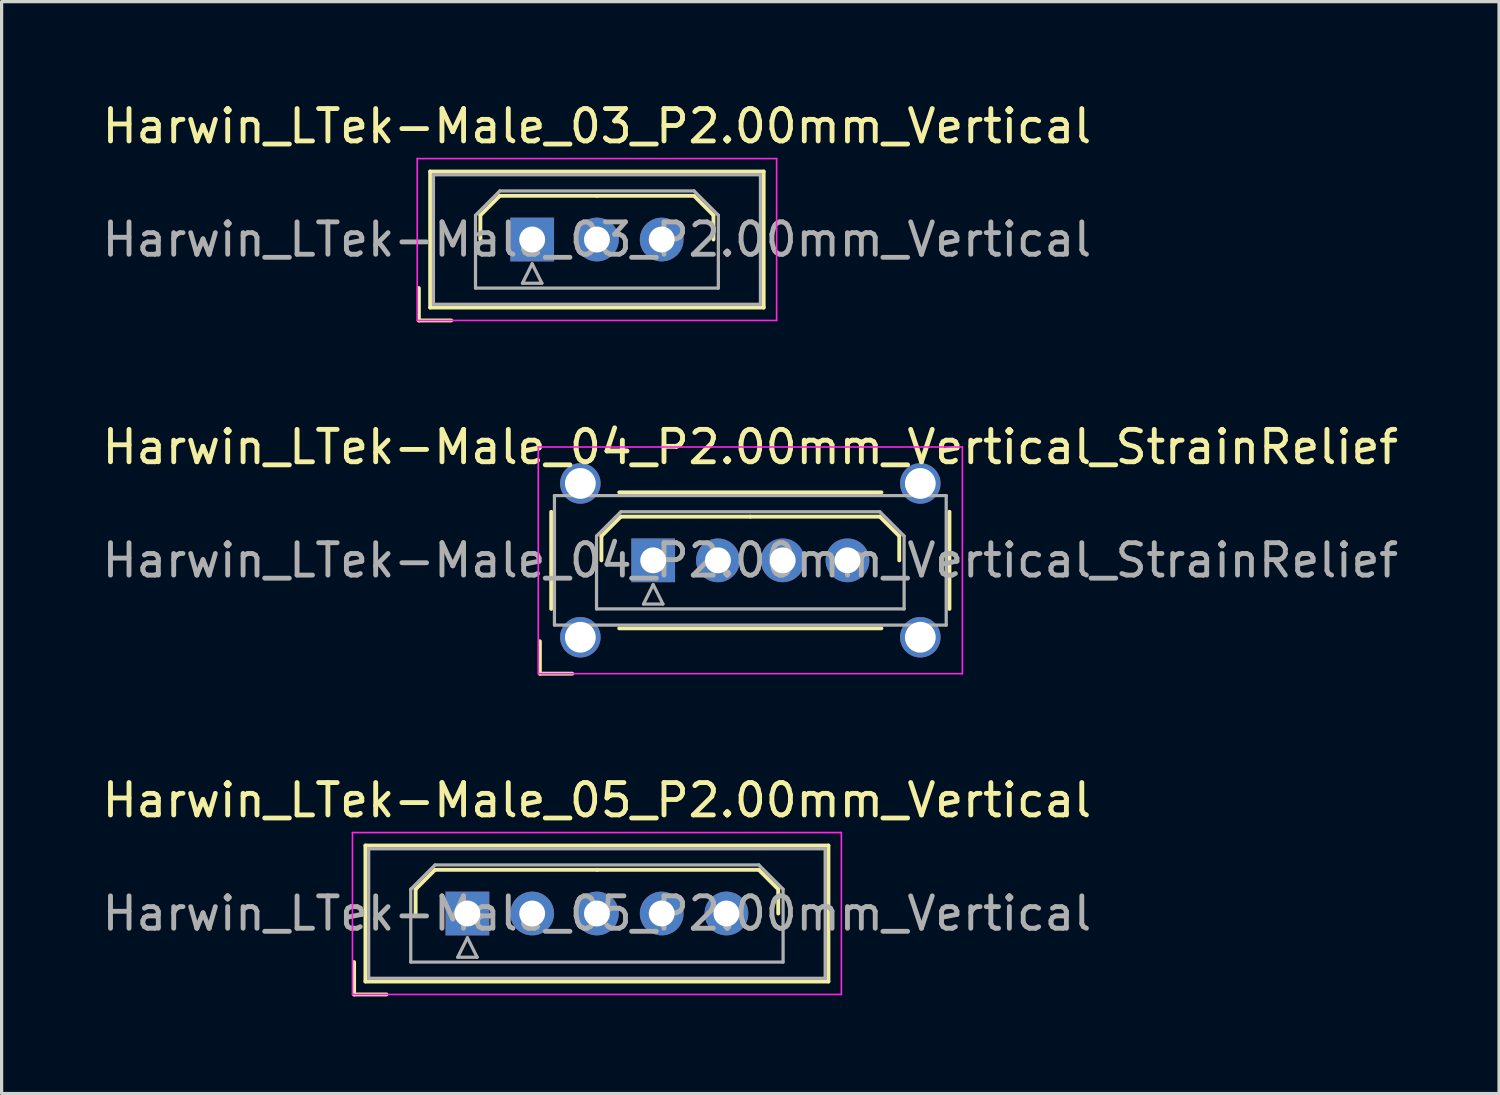
<source format=kicad_pcb>
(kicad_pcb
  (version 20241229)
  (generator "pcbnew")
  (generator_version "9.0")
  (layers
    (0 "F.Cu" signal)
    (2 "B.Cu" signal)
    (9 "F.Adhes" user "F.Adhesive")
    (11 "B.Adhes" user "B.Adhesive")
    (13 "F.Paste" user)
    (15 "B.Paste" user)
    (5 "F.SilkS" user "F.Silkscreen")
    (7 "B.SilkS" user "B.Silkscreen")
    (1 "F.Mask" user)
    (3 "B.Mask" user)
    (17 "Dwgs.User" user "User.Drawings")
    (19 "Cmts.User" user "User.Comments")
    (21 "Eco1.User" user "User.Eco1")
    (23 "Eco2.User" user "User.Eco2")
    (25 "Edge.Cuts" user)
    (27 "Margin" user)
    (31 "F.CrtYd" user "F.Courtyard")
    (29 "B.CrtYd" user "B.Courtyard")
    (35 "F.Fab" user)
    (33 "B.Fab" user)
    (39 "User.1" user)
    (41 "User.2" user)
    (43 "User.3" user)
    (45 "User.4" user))
  (footprint "Harwin_LTek-Male_04_P2.00mm_Vertical_StrainRelief"
    (layer "F.Cu")
    (at 17.125 14.257)
    (property "Reference" "Harwin_LTek-Male_04_P2.00mm_Vertical_StrainRelief" (at 3 -3.5 0) (layer "F.SilkS") (effects (font (size 1 1) (thickness 0.15))))
    (attr through_hole)
    (fp_line (start -3.5 2.5) (end -3.5 3.5) (stroke (width 0.12) (type solid)) (layer "F.SilkS"))
    (fp_line (start -3.5 3.5) (end -2.5 3.5) (stroke (width 0.12) (type solid)) (layer "F.SilkS"))
    (fp_line (start -3.15 -1.5) (end -3.15 1.5) (stroke (width 0.12) (type solid)) (layer "F.SilkS"))
    (fp_line (start -1.6 -0.75) (end -1 -1.35) (stroke (width 0.12) (type solid)) (layer "F.SilkS"))
    (fp_line (start -1.6 0) (end -1.6 -0.75) (stroke (width 0.12) (type solid)) (layer "F.SilkS"))
    (fp_line (start -1.05 -2.1) (end 7.05 -2.1) (stroke (width 0.12) (type solid)) (layer "F.SilkS"))
    (fp_line (start -1.05 2.1) (end 7.05 2.1) (stroke (width 0.12) (type solid)) (layer "F.SilkS"))
    (fp_line (start -1 -1.35) (end 3 -1.35) (stroke (width 0.12) (type solid)) (layer "F.SilkS"))
    (fp_line (start 7 -1.35) (end 3 -1.35) (stroke (width 0.12) (type solid)) (layer "F.SilkS"))
    (fp_line (start 7.6 -0.75) (end 7 -1.35) (stroke (width 0.12) (type solid)) (layer "F.SilkS"))
    (fp_line (start 7.6 0) (end 7.6 -0.75) (stroke (width 0.12) (type solid)) (layer "F.SilkS"))
    (fp_line (start 9.15 -1.5) (end 9.15 1.5) (stroke (width 0.12) (type solid)) (layer "F.SilkS"))
    (fp_line (start -3.55 -3.5) (end -3.55 3.5) (stroke (width 0.05) (type solid)) (layer "F.CrtYd"))
    (fp_line (start -3.55 3.5) (end 9.55 3.5) (stroke (width 0.05) (type solid)) (layer "F.CrtYd"))
    (fp_line (start 9.55 -3.5) (end -3.55 -3.5) (stroke (width 0.05) (type solid)) (layer "F.CrtYd"))
    (fp_line (start 9.55 3.5) (end 9.55 -3.5) (stroke (width 0.05) (type solid)) (layer "F.CrtYd"))
    (fp_line (start -3.05 -2) (end -3.05 2) (stroke (width 0.1) (type solid)) (layer "F.Fab"))
    (fp_line (start -3.05 2) (end 9.05 2) (stroke (width 0.1) (type solid)) (layer "F.Fab"))
    (fp_line (start -1.75 -0.75) (end -1 -1.5) (stroke (width 0.1) (type solid)) (layer "F.Fab"))
    (fp_line (start -1.75 1.5) (end -1.75 -0.75) (stroke (width 0.1) (type solid)) (layer "F.Fab"))
    (fp_line (start -1 -1.5) (end 7 -1.5) (stroke (width 0.1) (type solid)) (layer "F.Fab"))
    (fp_line (start -0.3 1.35) (end 0.3 1.35) (stroke (width 0.1) (type solid)) (layer "F.Fab"))
    (fp_line (start 0 0.75) (end -0.3 1.35) (stroke (width 0.1) (type solid)) (layer "F.Fab"))
    (fp_line (start 0.3 1.35) (end 0 0.75) (stroke (width 0.1) (type solid)) (layer "F.Fab"))
    (fp_line (start 7 -1.5) (end 7.75 -0.75) (stroke (width 0.1) (type solid)) (layer "F.Fab"))
    (fp_line (start 7.75 -0.75) (end 7.75 1.5) (stroke (width 0.1) (type solid)) (layer "F.Fab"))
    (fp_line (start 7.75 1.5) (end -1.75 1.5) (stroke (width 0.1) (type solid)) (layer "F.Fab"))
    (fp_line (start 9.05 -2) (end -3.05 -2) (stroke (width 0.1) (type solid)) (layer "F.Fab"))
    (fp_line (start 9.05 2) (end 9.05 -2) (stroke (width 0.1) (type solid)) (layer "F.Fab"))
    (fp_text user "${REFERENCE}" (at 3 0 0) (layer "F.Fab") (effects (font (size 1 1) (thickness 0.15))))
    (pad "" thru_hole circle (at -2.25 -2.375) (size 1.25 1.25) (drill 0.95) (layers "*.Cu" "*.Mask"))
    (pad "" thru_hole circle (at -2.25 2.375) (size 1.25 1.25) (drill 0.95) (layers "*.Cu" "*.Mask"))
    (pad "" thru_hole circle (at 8.25 -2.375) (size 1.25 1.25) (drill 0.95) (layers "*.Cu" "*.Mask"))
    (pad "" thru_hole circle (at 8.25 2.375) (size 1.25 1.25) (drill 0.95) (layers "*.Cu" "*.Mask"))
    (pad "1" thru_hole rect (at 0 0) (size 1.35 1.35) (drill 0.8) (layers "*.Cu" "*.Mask"))
    (pad "2" thru_hole circle (at 2 0) (size 1.35 1.35) (drill 0.8) (layers "*.Cu" "*.Mask"))
    (pad "3" thru_hole circle (at 4 0) (size 1.35 1.35) (drill 0.8) (layers "*.Cu" "*.Mask"))
    (pad "4" thru_hole circle (at 6 0) (size 1.35 1.35) (drill 0.8) (layers "*.Cu" "*.Mask")))
  (footprint "Harwin_LTek-Male_03_P2.00mm_Vertical"
    (layer "F.Cu")
    (at 13.387 4.348)
    (property "Reference" "Harwin_LTek-Male_03_P2.00mm_Vertical" (at 2 -3.5 0) (layer "F.SilkS") (effects (font (size 1 1) (thickness 0.15))))
    (attr through_hole)
    (fp_line (start -3.5 1.5) (end -3.5 2.5) (stroke (width 0.12) (type solid)) (layer "F.SilkS"))
    (fp_line (start -3.5 2.5) (end -2.5 2.5) (stroke (width 0.12) (type solid)) (layer "F.SilkS"))
    (fp_line (start -3.15 -2.1) (end -3.15 2.1) (stroke (width 0.12) (type solid)) (layer "F.SilkS"))
    (fp_line (start -3.15 2.1) (end 7.15 2.1) (stroke (width 0.12) (type solid)) (layer "F.SilkS"))
    (fp_line (start -1.6 -0.75) (end -1 -1.35) (stroke (width 0.12) (type solid)) (layer "F.SilkS"))
    (fp_line (start -1.6 0) (end -1.6 -0.75) (stroke (width 0.12) (type solid)) (layer "F.SilkS"))
    (fp_line (start -1 -1.35) (end 2 -1.35) (stroke (width 0.12) (type solid)) (layer "F.SilkS"))
    (fp_line (start 5 -1.35) (end 2 -1.35) (stroke (width 0.12) (type solid)) (layer "F.SilkS"))
    (fp_line (start 5.6 -0.75) (end 5 -1.35) (stroke (width 0.12) (type solid)) (layer "F.SilkS"))
    (fp_line (start 5.6 0) (end 5.6 -0.75) (stroke (width 0.12) (type solid)) (layer "F.SilkS"))
    (fp_line (start 7.15 -2.1) (end -3.15 -2.1) (stroke (width 0.12) (type solid)) (layer "F.SilkS"))
    (fp_line (start 7.15 2.1) (end 7.15 -2.1) (stroke (width 0.12) (type solid)) (layer "F.SilkS"))
    (fp_line (start -3.55 -2.5) (end -3.55 2.5) (stroke (width 0.05) (type solid)) (layer "F.CrtYd"))
    (fp_line (start -3.55 2.5) (end 7.55 2.5) (stroke (width 0.05) (type solid)) (layer "F.CrtYd"))
    (fp_line (start 7.55 -2.5) (end -3.55 -2.5) (stroke (width 0.05) (type solid)) (layer "F.CrtYd"))
    (fp_line (start 7.55 2.5) (end 7.55 -2.5) (stroke (width 0.05) (type solid)) (layer "F.CrtYd"))
    (fp_line (start -3.05 -2) (end -3.05 2) (stroke (width 0.1) (type solid)) (layer "F.Fab"))
    (fp_line (start -3.05 2) (end 7.05 2) (stroke (width 0.1) (type solid)) (layer "F.Fab"))
    (fp_line (start -1.75 -0.75) (end -1 -1.5) (stroke (width 0.1) (type solid)) (layer "F.Fab"))
    (fp_line (start -1.75 1.5) (end -1.75 -0.75) (stroke (width 0.1) (type solid)) (layer "F.Fab"))
    (fp_line (start -1 -1.5) (end 5 -1.5) (stroke (width 0.1) (type solid)) (layer "F.Fab"))
    (fp_line (start -0.3 1.35) (end 0.3 1.35) (stroke (width 0.1) (type solid)) (layer "F.Fab"))
    (fp_line (start 0 0.75) (end -0.3 1.35) (stroke (width 0.1) (type solid)) (layer "F.Fab"))
    (fp_line (start 0.3 1.35) (end 0 0.75) (stroke (width 0.1) (type solid)) (layer "F.Fab"))
    (fp_line (start 5 -1.5) (end 5.75 -0.75) (stroke (width 0.1) (type solid)) (layer "F.Fab"))
    (fp_line (start 5.75 -0.75) (end 5.75 1.5) (stroke (width 0.1) (type solid)) (layer "F.Fab"))
    (fp_line (start 5.75 1.5) (end -1.75 1.5) (stroke (width 0.1) (type solid)) (layer "F.Fab"))
    (fp_line (start 7.05 -2) (end -3.05 -2) (stroke (width 0.1) (type solid)) (layer "F.Fab"))
    (fp_line (start 7.05 2) (end 7.05 -2) (stroke (width 0.1) (type solid)) (layer "F.Fab"))
    (fp_text user "${REFERENCE}" (at 2 0 0) (layer "F.Fab") (effects (font (size 1 1) (thickness 0.15))))
    (pad "1" thru_hole rect (at 0 0) (size 1.35 1.35) (drill 0.8) (layers "*.Cu" "*.Mask"))
    (pad "2" thru_hole circle (at 2 0) (size 1.35 1.35) (drill 0.8) (layers "*.Cu" "*.Mask"))
    (pad "3" thru_hole circle (at 4 0) (size 1.35 1.35) (drill 0.8) (layers "*.Cu" "*.Mask")))
  (footprint "Harwin_LTek-Male_05_P2.00mm_Vertical"
    (layer "F.Cu")
    (at 11.387 25.165)
    (property "Reference" "Harwin_LTek-Male_05_P2.00mm_Vertical" (at 4 -3.5 0) (layer "F.SilkS") (effects (font (size 1 1) (thickness 0.15))))
    (attr through_hole)
    (fp_line (start -3.5 1.5) (end -3.5 2.5) (stroke (width 0.12) (type solid)) (layer "F.SilkS"))
    (fp_line (start -3.5 2.5) (end -2.5 2.5) (stroke (width 0.12) (type solid)) (layer "F.SilkS"))
    (fp_line (start -3.15 -2.1) (end -3.15 2.1) (stroke (width 0.12) (type solid)) (layer "F.SilkS"))
    (fp_line (start -3.15 2.1) (end 11.15 2.1) (stroke (width 0.12) (type solid)) (layer "F.SilkS"))
    (fp_line (start -1.6 -0.75) (end -1 -1.35) (stroke (width 0.12) (type solid)) (layer "F.SilkS"))
    (fp_line (start -1.6 0) (end -1.6 -0.75) (stroke (width 0.12) (type solid)) (layer "F.SilkS"))
    (fp_line (start -1 -1.35) (end 4 -1.35) (stroke (width 0.12) (type solid)) (layer "F.SilkS"))
    (fp_line (start 9 -1.35) (end 4 -1.35) (stroke (width 0.12) (type solid)) (layer "F.SilkS"))
    (fp_line (start 9.6 -0.75) (end 9 -1.35) (stroke (width 0.12) (type solid)) (layer "F.SilkS"))
    (fp_line (start 9.6 0) (end 9.6 -0.75) (stroke (width 0.12) (type solid)) (layer "F.SilkS"))
    (fp_line (start 11.15 -2.1) (end -3.15 -2.1) (stroke (width 0.12) (type solid)) (layer "F.SilkS"))
    (fp_line (start 11.15 2.1) (end 11.15 -2.1) (stroke (width 0.12) (type solid)) (layer "F.SilkS"))
    (fp_line (start -3.55 -2.5) (end -3.55 2.5) (stroke (width 0.05) (type solid)) (layer "F.CrtYd"))
    (fp_line (start -3.55 2.5) (end 11.55 2.5) (stroke (width 0.05) (type solid)) (layer "F.CrtYd"))
    (fp_line (start 11.55 -2.5) (end -3.55 -2.5) (stroke (width 0.05) (type solid)) (layer "F.CrtYd"))
    (fp_line (start 11.55 2.5) (end 11.55 -2.5) (stroke (width 0.05) (type solid)) (layer "F.CrtYd"))
    (fp_line (start -3.05 -2) (end -3.05 2) (stroke (width 0.1) (type solid)) (layer "F.Fab"))
    (fp_line (start -3.05 2) (end 11.05 2) (stroke (width 0.1) (type solid)) (layer "F.Fab"))
    (fp_line (start -1.75 -0.75) (end -1 -1.5) (stroke (width 0.1) (type solid)) (layer "F.Fab"))
    (fp_line (start -1.75 1.5) (end -1.75 -0.75) (stroke (width 0.1) (type solid)) (layer "F.Fab"))
    (fp_line (start -1 -1.5) (end 9 -1.5) (stroke (width 0.1) (type solid)) (layer "F.Fab"))
    (fp_line (start -0.3 1.35) (end 0.3 1.35) (stroke (width 0.1) (type solid)) (layer "F.Fab"))
    (fp_line (start 0 0.75) (end -0.3 1.35) (stroke (width 0.1) (type solid)) (layer "F.Fab"))
    (fp_line (start 0.3 1.35) (end 0 0.75) (stroke (width 0.1) (type solid)) (layer "F.Fab"))
    (fp_line (start 9 -1.5) (end 9.75 -0.75) (stroke (width 0.1) (type solid)) (layer "F.Fab"))
    (fp_line (start 9.75 -0.75) (end 9.75 1.5) (stroke (width 0.1) (type solid)) (layer "F.Fab"))
    (fp_line (start 9.75 1.5) (end -1.75 1.5) (stroke (width 0.1) (type solid)) (layer "F.Fab"))
    (fp_line (start 11.05 -2) (end -3.05 -2) (stroke (width 0.1) (type solid)) (layer "F.Fab"))
    (fp_line (start 11.05 2) (end 11.05 -2) (stroke (width 0.1) (type solid)) (layer "F.Fab"))
    (fp_text user "${REFERENCE}" (at 4 0 0) (layer "F.Fab") (effects (font (size 1 1) (thickness 0.15))))
    (pad "1" thru_hole rect (at 0 0) (size 1.35 1.35) (drill 0.8) (layers "*.Cu" "*.Mask"))
    (pad "2" thru_hole circle (at 2 0) (size 1.35 1.35) (drill 0.8) (layers "*.Cu" "*.Mask"))
    (pad "3" thru_hole circle (at 4 0) (size 1.35 1.35) (drill 0.8) (layers "*.Cu" "*.Mask"))
    (pad "4" thru_hole circle (at 6 0) (size 1.35 1.35) (drill 0.8) (layers "*.Cu" "*.Mask"))
    (pad "5" thru_hole circle (at 8 0) (size 1.35 1.35) (drill 0.8) (layers "*.Cu" "*.Mask")))
  (gr_rect
    (start -3 -3)
    (end 43.25 30.725)
    (stroke (width 0.1) (type default))
    (fill no)
    (layer "Edge.Cuts")))
</source>
